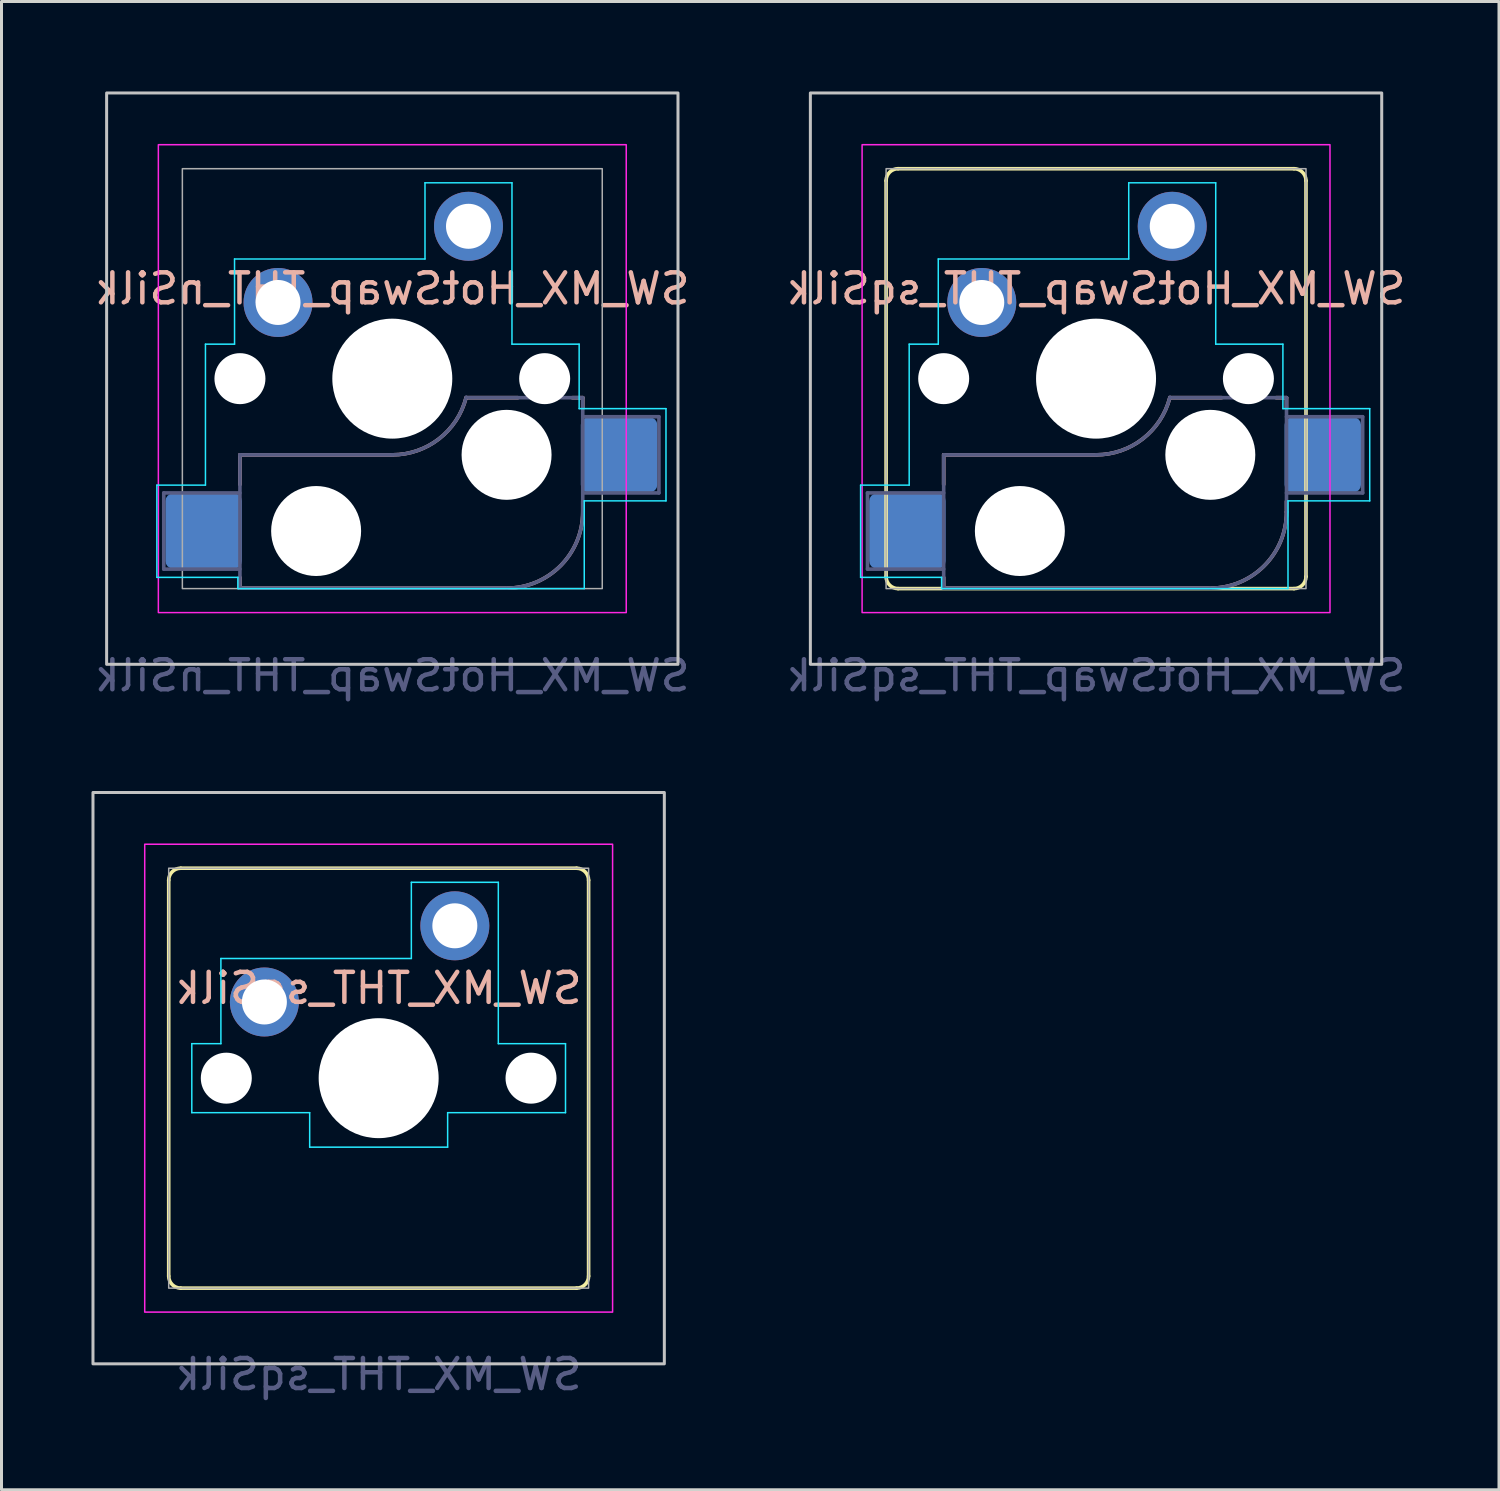
<source format=kicad_pcb>
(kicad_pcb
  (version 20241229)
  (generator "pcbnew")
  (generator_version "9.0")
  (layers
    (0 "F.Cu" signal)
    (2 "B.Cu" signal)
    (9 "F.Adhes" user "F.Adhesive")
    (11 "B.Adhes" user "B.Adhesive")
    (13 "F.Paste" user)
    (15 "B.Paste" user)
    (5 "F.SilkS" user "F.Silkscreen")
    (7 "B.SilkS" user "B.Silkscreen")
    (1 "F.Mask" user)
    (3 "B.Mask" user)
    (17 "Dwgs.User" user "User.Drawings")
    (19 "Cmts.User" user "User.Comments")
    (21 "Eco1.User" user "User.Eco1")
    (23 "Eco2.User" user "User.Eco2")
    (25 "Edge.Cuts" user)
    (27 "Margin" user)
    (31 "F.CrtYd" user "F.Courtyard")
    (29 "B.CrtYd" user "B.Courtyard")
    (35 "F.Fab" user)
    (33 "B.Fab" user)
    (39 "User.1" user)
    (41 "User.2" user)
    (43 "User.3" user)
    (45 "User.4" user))
  (footprint "SW_MX_HotSwap_THT_sqSilk"
    (layer "F.Cu")
    (at 33.494 9.575)
    (property "Reference" "SW_MX_HotSwap_THT_sqSilk" (at 0 -3 0) (layer "B.SilkS") (effects (font (size 1 1) (thickness 0.15)) (justify mirror)))
    (attr through_hole)
    (fp_line (start -7 6.6) (end -7 -6.6) (stroke (width 0.12) (type default)) (layer "F.SilkS"))
    (fp_line (start -6.6 -7) (end 6.6 -7) (stroke (width 0.12) (type default)) (layer "F.SilkS"))
    (fp_line (start 6.6 7) (end -6.6 7) (stroke (width 0.12) (type default)) (layer "F.SilkS"))
    (fp_line (start 7 -6.6) (end 7 6.6) (stroke (width 0.12) (type default)) (layer "F.SilkS"))
    (fp_arc (start -7 -6.6) (mid -6.882843 -6.882843) (end -6.6 -7) (stroke (width 0.12) (type default)) (layer "F.SilkS"))
    (fp_arc (start -6.6 7) (mid -6.882843 6.882843) (end -7 6.6) (stroke (width 0.12) (type default)) (layer "F.SilkS"))
    (fp_arc (start 6.6 -7) (mid 6.882843 -6.882843) (end 7 -6.6) (stroke (width 0.12) (type default)) (layer "F.SilkS"))
    (fp_arc (start 7 6.6) (mid 6.882843 6.882843) (end 6.6 7) (stroke (width 0.12) (type default)) (layer "F.SilkS"))
    (fp_line (start -5.08 2.54) (end -5.08 3.53) (stroke (width 0.12) (type default)) (layer "B.SilkS"))
    (fp_line (start -5.08 2.54) (end 0 2.54) (stroke (width 0.12) (type solid)) (layer "B.SilkS"))
    (fp_line (start -5.08 6.985) (end -5.08 6.63) (stroke (width 0.12) (type solid)) (layer "B.SilkS"))
    (fp_line (start 2.464 0.635) (end 4.191 0.635) (stroke (width 0.12) (type solid)) (layer "B.SilkS"))
    (fp_line (start 3.81 6.985) (end -5.08 6.985) (stroke (width 0.12) (type solid)) (layer "B.SilkS"))
    (fp_line (start 6 0.635) (end 6.35 0.635) (stroke (width 0.12) (type solid)) (layer "B.SilkS"))
    (fp_line (start 6.35 0.99) (end 6.35 0.635) (stroke (width 0.12) (type solid)) (layer "B.SilkS"))
    (fp_line (start 6.35 4.445) (end 6.35 4.09) (stroke (width 0.12) (type solid)) (layer "B.SilkS"))
    (fp_arc (start 2.459645 0.633836) (mid 1.555901 2.007678) (end 0 2.54) (stroke (width 0.12) (type default)) (layer "B.SilkS"))
    (fp_arc (start 6.35 4.445) (mid 5.606051 6.241051) (end 3.81 6.985) (stroke (width 0.12) (type solid)) (layer "B.SilkS"))
    (fp_rect (start -9.525 -9.525) (end 9.525 9.525) (stroke (width 0.1) (type default)) (fill no) (layer "Dwgs.User"))
    (fp_line (start -7.85 3.55) (end -7.85 6.625) (stroke (width 0.05) (type default)) (layer "B.CrtYd"))
    (fp_line (start -7.85 6.625) (end -5.15 6.625) (stroke (width 0.05) (type default)) (layer "B.CrtYd"))
    (fp_line (start -6.23 -1.15) (end -6.23 3.55) (stroke (width 0.05) (type default)) (layer "B.CrtYd"))
    (fp_line (start -6.23 -1.15) (end -5.26 -1.15) (stroke (width 0.05) (type default)) (layer "B.CrtYd"))
    (fp_line (start -6.23 3.55) (end -7.85 3.55) (stroke (width 0.05) (type default)) (layer "B.CrtYd"))
    (fp_line (start -5.26 -3.99) (end 1.09 -3.99) (stroke (width 0.05) (type default)) (layer "B.CrtYd"))
    (fp_line (start -5.26 -1.15) (end -5.26 -3.99) (stroke (width 0.05) (type default)) (layer "B.CrtYd"))
    (fp_line (start -5.15 6.625) (end -5.15 7) (stroke (width 0.05) (type default)) (layer "B.CrtYd"))
    (fp_line (start -5.15 7) (end 6.4 7) (stroke (width 0.05) (type default)) (layer "B.CrtYd"))
    (fp_line (start 1.09 -6.53) (end 3.99 -6.53) (stroke (width 0.05) (type default)) (layer "B.CrtYd"))
    (fp_line (start 1.09 -3.99) (end 1.09 -6.53) (stroke (width 0.05) (type default)) (layer "B.CrtYd"))
    (fp_line (start 3.99 -6.53) (end 3.99 -1.15) (stroke (width 0.05) (type default)) (layer "B.CrtYd"))
    (fp_line (start 3.99 -1.15) (end 6.23 -1.15) (stroke (width 0.05) (type default)) (layer "B.CrtYd"))
    (fp_line (start 6.23 -1.15) (end 6.23 1) (stroke (width 0.05) (type default)) (layer "B.CrtYd"))
    (fp_line (start 6.23 1) (end 9.125 1) (stroke (width 0.05) (type default)) (layer "B.CrtYd"))
    (fp_line (start 6.4 4.075) (end 6.4 7) (stroke (width 0.05) (type default)) (layer "B.CrtYd"))
    (fp_line (start 9.125 1) (end 9.125 4.075) (stroke (width 0.05) (type default)) (layer "B.CrtYd"))
    (fp_line (start 9.125 4.075) (end 6.4 4.075) (stroke (width 0.05) (type default)) (layer "B.CrtYd"))
    (fp_rect (start -7.8 -7.8) (end 7.8 7.8) (stroke (width 0.05) (type default)) (fill no) (layer "F.CrtYd"))
    (fp_line (start -7.62 3.81) (end -5.08 3.81) (stroke (width 0.12) (type solid)) (layer "B.Fab"))
    (fp_line (start -7.62 6.35) (end -7.62 3.81) (stroke (width 0.12) (type solid)) (layer "B.Fab"))
    (fp_line (start -5.08 2.54) (end 0 2.54) (stroke (width 0.12) (type solid)) (layer "B.Fab"))
    (fp_line (start -5.08 6.35) (end -7.62 6.35) (stroke (width 0.12) (type solid)) (layer "B.Fab"))
    (fp_line (start -5.08 6.985) (end -5.08 2.54) (stroke (width 0.12) (type solid)) (layer "B.Fab"))
    (fp_line (start 3.81 6.985) (end -5.08 6.985) (stroke (width 0.12) (type solid)) (layer "B.Fab"))
    (fp_line (start 6.35 0.635) (end 2.54 0.635) (stroke (width 0.12) (type solid)) (layer "B.Fab"))
    (fp_line (start 6.35 0.635) (end 6.35 4.445) (stroke (width 0.12) (type solid)) (layer "B.Fab"))
    (fp_line (start 6.35 1.27) (end 8.89 1.27) (stroke (width 0.12) (type solid)) (layer "B.Fab"))
    (fp_line (start 8.89 1.27) (end 8.89 3.81) (stroke (width 0.12) (type solid)) (layer "B.Fab"))
    (fp_line (start 8.89 3.81) (end 6.35 3.81) (stroke (width 0.12) (type solid)) (layer "B.Fab"))
    (fp_arc (start 2.464162 0.61604) (mid 1.563147 2.002042) (end 0 2.54) (stroke (width 0.12) (type solid)) (layer "B.Fab"))
    (fp_arc (start 6.35 4.445) (mid 5.606051 6.241051) (end 3.81 6.985) (stroke (width 0.12) (type solid)) (layer "B.Fab"))
    (fp_rect (start -7 -7) (end 7 7) (stroke (width 0.05) (type default)) (fill no) (layer "F.Fab"))
    (fp_text user "${REFERENCE}" (at 0 9.9 0) (layer "B.Fab") (effects (font (size 1 1) (thickness 0.15)) (justify mirror)))
    (pad "" np_thru_hole circle (at -5.08 0) (size 1.7 1.7) (drill 1.7) (layers "*.Cu" "*.Mask"))
    (pad "" np_thru_hole circle (at -2.54 5.08 180) (size 3 3) (drill 3) (layers "*.Cu" "*.Mask"))
    (pad "" np_thru_hole circle (at 0 0) (size 4 4) (drill 4) (layers "*.Cu" "*.Mask"))
    (pad "" np_thru_hole circle (at 3.81 2.54 180) (size 3 3) (drill 3) (layers "*.Cu" "*.Mask"))
    (pad "" np_thru_hole circle (at 5.08 0) (size 1.7 1.7) (drill 1.7) (layers "*.Cu" "*.Mask"))
    (pad "1" thru_hole circle (at 2.54 -5.08) (size 2.3 2.3) (drill 1.5) (layers "*.Cu" "*.Mask"))
    (pad "1" smd roundrect (at 7.56 2.54 180) (size 2.55 2.5) (layers "B.Cu" "B.Mask" "B.Paste") (roundrect_rratio 0.1))
    (pad "2" smd roundrect (at -6.29 5.08 180) (size 2.55 2.5) (layers "B.Cu" "B.Mask" "B.Paste") (roundrect_rratio 0.1))
    (pad "2" thru_hole circle (at -3.81 -2.54) (size 2.3 2.3) (drill 1.5) (layers "*.Cu" "*.Mask")))
  (footprint "SW_MX_HotSwap_THT_nSilk"
    (layer "F.Cu")
    (at 10.03 9.575)
    (property "Reference" "SW_MX_HotSwap_THT_nSilk" (at 0 -3 0) (layer "B.SilkS") (effects (font (size 1 1) (thickness 0.15)) (justify mirror)))
    (attr through_hole)
    (fp_line (start -5.08 2.54) (end -5.08 3.53) (stroke (width 0.12) (type default)) (layer "B.SilkS"))
    (fp_line (start -5.08 2.54) (end 0 2.54) (stroke (width 0.12) (type solid)) (layer "B.SilkS"))
    (fp_line (start -5.08 6.985) (end -5.08 6.63) (stroke (width 0.12) (type solid)) (layer "B.SilkS"))
    (fp_line (start 2.464 0.635) (end 4.191 0.635) (stroke (width 0.12) (type solid)) (layer "B.SilkS"))
    (fp_line (start 3.81 6.985) (end -5.08 6.985) (stroke (width 0.12) (type solid)) (layer "B.SilkS"))
    (fp_line (start 6 0.635) (end 6.35 0.635) (stroke (width 0.12) (type solid)) (layer "B.SilkS"))
    (fp_line (start 6.35 0.99) (end 6.35 0.635) (stroke (width 0.12) (type solid)) (layer "B.SilkS"))
    (fp_line (start 6.35 4.445) (end 6.35 4.09) (stroke (width 0.12) (type solid)) (layer "B.SilkS"))
    (fp_arc (start 2.459645 0.633836) (mid 1.555901 2.007678) (end 0 2.54) (stroke (width 0.12) (type default)) (layer "B.SilkS"))
    (fp_arc (start 6.35 4.445) (mid 5.606051 6.241051) (end 3.81 6.985) (stroke (width 0.12) (type solid)) (layer "B.SilkS"))
    (fp_rect (start -9.525 -9.525) (end 9.525 9.525) (stroke (width 0.1) (type default)) (fill no) (layer "Dwgs.User"))
    (fp_line (start -7.85 3.55) (end -7.85 6.625) (stroke (width 0.05) (type default)) (layer "B.CrtYd"))
    (fp_line (start -7.85 6.625) (end -5.15 6.625) (stroke (width 0.05) (type default)) (layer "B.CrtYd"))
    (fp_line (start -6.23 -1.15) (end -6.23 3.55) (stroke (width 0.05) (type default)) (layer "B.CrtYd"))
    (fp_line (start -6.23 -1.15) (end -5.26 -1.15) (stroke (width 0.05) (type default)) (layer "B.CrtYd"))
    (fp_line (start -6.23 3.55) (end -7.85 3.55) (stroke (width 0.05) (type default)) (layer "B.CrtYd"))
    (fp_line (start -5.26 -3.99) (end 1.09 -3.99) (stroke (width 0.05) (type default)) (layer "B.CrtYd"))
    (fp_line (start -5.26 -1.15) (end -5.26 -3.99) (stroke (width 0.05) (type default)) (layer "B.CrtYd"))
    (fp_line (start -5.15 6.625) (end -5.15 7) (stroke (width 0.05) (type default)) (layer "B.CrtYd"))
    (fp_line (start -5.15 7) (end 6.4 7) (stroke (width 0.05) (type default)) (layer "B.CrtYd"))
    (fp_line (start 1.09 -6.53) (end 3.99 -6.53) (stroke (width 0.05) (type default)) (layer "B.CrtYd"))
    (fp_line (start 1.09 -3.99) (end 1.09 -6.53) (stroke (width 0.05) (type default)) (layer "B.CrtYd"))
    (fp_line (start 3.99 -6.53) (end 3.99 -1.15) (stroke (width 0.05) (type default)) (layer "B.CrtYd"))
    (fp_line (start 3.99 -1.15) (end 6.23 -1.15) (stroke (width 0.05) (type default)) (layer "B.CrtYd"))
    (fp_line (start 6.23 -1.15) (end 6.23 1) (stroke (width 0.05) (type default)) (layer "B.CrtYd"))
    (fp_line (start 6.23 1) (end 9.125 1) (stroke (width 0.05) (type default)) (layer "B.CrtYd"))
    (fp_line (start 6.4 4.075) (end 6.4 7) (stroke (width 0.05) (type default)) (layer "B.CrtYd"))
    (fp_line (start 9.125 1) (end 9.125 4.075) (stroke (width 0.05) (type default)) (layer "B.CrtYd"))
    (fp_line (start 9.125 4.075) (end 6.4 4.075) (stroke (width 0.05) (type default)) (layer "B.CrtYd"))
    (fp_rect (start -7.8 -7.8) (end 7.8 7.8) (stroke (width 0.05) (type default)) (fill no) (layer "F.CrtYd"))
    (fp_line (start -7.62 3.81) (end -5.08 3.81) (stroke (width 0.12) (type solid)) (layer "B.Fab"))
    (fp_line (start -7.62 6.35) (end -7.62 3.81) (stroke (width 0.12) (type solid)) (layer "B.Fab"))
    (fp_line (start -5.08 2.54) (end 0 2.54) (stroke (width 0.12) (type solid)) (layer "B.Fab"))
    (fp_line (start -5.08 6.35) (end -7.62 6.35) (stroke (width 0.12) (type solid)) (layer "B.Fab"))
    (fp_line (start -5.08 6.985) (end -5.08 2.54) (stroke (width 0.12) (type solid)) (layer "B.Fab"))
    (fp_line (start 3.81 6.985) (end -5.08 6.985) (stroke (width 0.12) (type solid)) (layer "B.Fab"))
    (fp_line (start 6.35 0.635) (end 2.54 0.635) (stroke (width 0.12) (type solid)) (layer "B.Fab"))
    (fp_line (start 6.35 0.635) (end 6.35 4.445) (stroke (width 0.12) (type solid)) (layer "B.Fab"))
    (fp_line (start 6.35 1.27) (end 8.89 1.27) (stroke (width 0.12) (type solid)) (layer "B.Fab"))
    (fp_line (start 8.89 1.27) (end 8.89 3.81) (stroke (width 0.12) (type solid)) (layer "B.Fab"))
    (fp_line (start 8.89 3.81) (end 6.35 3.81) (stroke (width 0.12) (type solid)) (layer "B.Fab"))
    (fp_arc (start 2.464162 0.61604) (mid 1.563147 2.002042) (end 0 2.54) (stroke (width 0.12) (type solid)) (layer "B.Fab"))
    (fp_arc (start 6.35 4.445) (mid 5.606051 6.241051) (end 3.81 6.985) (stroke (width 0.12) (type solid)) (layer "B.Fab"))
    (fp_rect (start -7 -7) (end 7 7) (stroke (width 0.05) (type default)) (fill no) (layer "F.Fab"))
    (fp_text user "${REFERENCE}" (at 0 9.9 0) (layer "B.Fab") (effects (font (size 1 1) (thickness 0.15)) (justify mirror)))
    (pad "" np_thru_hole circle (at -5.08 0) (size 1.7 1.7) (drill 1.7) (layers "*.Cu" "*.Mask"))
    (pad "" np_thru_hole circle (at -2.54 5.08 180) (size 3 3) (drill 3) (layers "*.Cu" "*.Mask"))
    (pad "" np_thru_hole circle (at 0 0) (size 4 4) (drill 4) (layers "*.Cu" "*.Mask"))
    (pad "" np_thru_hole circle (at 3.81 2.54 180) (size 3 3) (drill 3) (layers "*.Cu" "*.Mask"))
    (pad "" np_thru_hole circle (at 5.08 0) (size 1.7 1.7) (drill 1.7) (layers "*.Cu" "*.Mask"))
    (pad "1" thru_hole circle (at 2.54 -5.08) (size 2.3 2.3) (drill 1.5) (layers "*.Cu" "*.Mask"))
    (pad "1" smd roundrect (at 7.56 2.54 180) (size 2.55 2.5) (layers "B.Cu" "B.Mask" "B.Paste") (roundrect_rratio 0.1))
    (pad "2" smd roundrect (at -6.29 5.08 180) (size 2.55 2.5) (layers "B.Cu" "B.Mask" "B.Paste") (roundrect_rratio 0.1))
    (pad "2" thru_hole circle (at -3.81 -2.54) (size 2.3 2.3) (drill 1.5) (layers "*.Cu" "*.Mask")))
  (footprint "SW_MX_THT_sqSilk"
    (layer "F.Cu")
    (at 9.575 32.898)
    (property "Reference" "SW_MX_THT_sqSilk" (at 0 -3 0) (layer "B.SilkS") (effects (font (size 1 1) (thickness 0.15)) (justify mirror)))
    (attr through_hole)
    (fp_line (start -7 6.6) (end -7 -6.6) (stroke (width 0.12) (type default)) (layer "F.SilkS"))
    (fp_line (start -6.6 -7) (end 6.6 -7) (stroke (width 0.12) (type default)) (layer "F.SilkS"))
    (fp_line (start 6.6 7) (end -6.6 7) (stroke (width 0.12) (type default)) (layer "F.SilkS"))
    (fp_line (start 7 -6.6) (end 7 6.6) (stroke (width 0.12) (type default)) (layer "F.SilkS"))
    (fp_arc (start -7 -6.6) (mid -6.882843 -6.882843) (end -6.6 -7) (stroke (width 0.12) (type default)) (layer "F.SilkS"))
    (fp_arc (start -6.6 7) (mid -6.882843 6.882843) (end -7 6.6) (stroke (width 0.12) (type default)) (layer "F.SilkS"))
    (fp_arc (start 6.6 -7) (mid 6.882843 -6.882843) (end 7 -6.6) (stroke (width 0.12) (type default)) (layer "F.SilkS"))
    (fp_arc (start 7 6.6) (mid 6.882843 6.882843) (end 6.6 7) (stroke (width 0.12) (type default)) (layer "F.SilkS"))
    (fp_rect (start -9.525 -9.525) (end 9.525 9.525) (stroke (width 0.1) (type default)) (fill no) (layer "Dwgs.User"))
    (fp_line (start -6.23 -1.15) (end -6.23 1.15) (stroke (width 0.05) (type default)) (layer "B.CrtYd"))
    (fp_line (start -6.23 -1.15) (end -5.26 -1.15) (stroke (width 0.05) (type default)) (layer "B.CrtYd"))
    (fp_line (start -6.23 1.15) (end -2.3 1.15) (stroke (width 0.05) (type default)) (layer "B.CrtYd"))
    (fp_line (start -5.26 -3.99) (end 1.09 -3.99) (stroke (width 0.05) (type default)) (layer "B.CrtYd"))
    (fp_line (start -5.26 -1.15) (end -5.26 -3.99) (stroke (width 0.05) (type default)) (layer "B.CrtYd"))
    (fp_line (start -2.3 1.15) (end -2.3 2.3) (stroke (width 0.05) (type default)) (layer "B.CrtYd"))
    (fp_line (start -2.3 2.3) (end 2.3 2.3) (stroke (width 0.05) (type default)) (layer "B.CrtYd"))
    (fp_line (start 1.09 -6.53) (end 3.99 -6.53) (stroke (width 0.05) (type default)) (layer "B.CrtYd"))
    (fp_line (start 1.09 -3.99) (end 1.09 -6.53) (stroke (width 0.05) (type default)) (layer "B.CrtYd"))
    (fp_line (start 2.3 1.15) (end 2.3 2.3) (stroke (width 0.05) (type default)) (layer "B.CrtYd"))
    (fp_line (start 3.99 -6.53) (end 3.99 -1.15) (stroke (width 0.05) (type default)) (layer "B.CrtYd"))
    (fp_line (start 3.99 -1.15) (end 6.23 -1.15) (stroke (width 0.05) (type default)) (layer "B.CrtYd"))
    (fp_line (start 6.23 -1.15) (end 6.23 1.15) (stroke (width 0.05) (type default)) (layer "B.CrtYd"))
    (fp_line (start 6.23 1.15) (end 2.3 1.15) (stroke (width 0.05) (type default)) (layer "B.CrtYd"))
    (fp_rect (start -7.8 -7.8) (end 7.8 7.8) (stroke (width 0.05) (type default)) (fill no) (layer "F.CrtYd"))
    (fp_rect (start -7 -7) (end 7 7) (stroke (width 0.05) (type default)) (fill no) (layer "F.Fab"))
    (fp_text user "${REFERENCE}" (at 0 9.875 0) (layer "B.Fab") (effects (font (size 1 1) (thickness 0.15)) (justify mirror)))
    (pad "" np_thru_hole circle (at -5.08 0) (size 1.7 1.7) (drill 1.7) (layers "*.Cu" "*.Mask"))
    (pad "" np_thru_hole circle (at 0 0) (size 4 4) (drill 4) (layers "*.Cu" "*.Mask"))
    (pad "" np_thru_hole circle (at 5.08 0) (size 1.7 1.7) (drill 1.7) (layers "*.Cu" "*.Mask"))
    (pad "1" thru_hole circle (at 2.54 -5.08) (size 2.3 2.3) (drill 1.5) (layers "*.Cu" "*.Mask"))
    (pad "2" thru_hole circle (at -3.81 -2.54) (size 2.3 2.3) (drill 1.5) (layers "*.Cu" "*.Mask")))
  (gr_rect
    (start -3 -3)
    (end 46.929 46.621)
    (stroke (width 0.1) (type default))
    (fill no)
    (layer "Edge.Cuts")))
</source>
